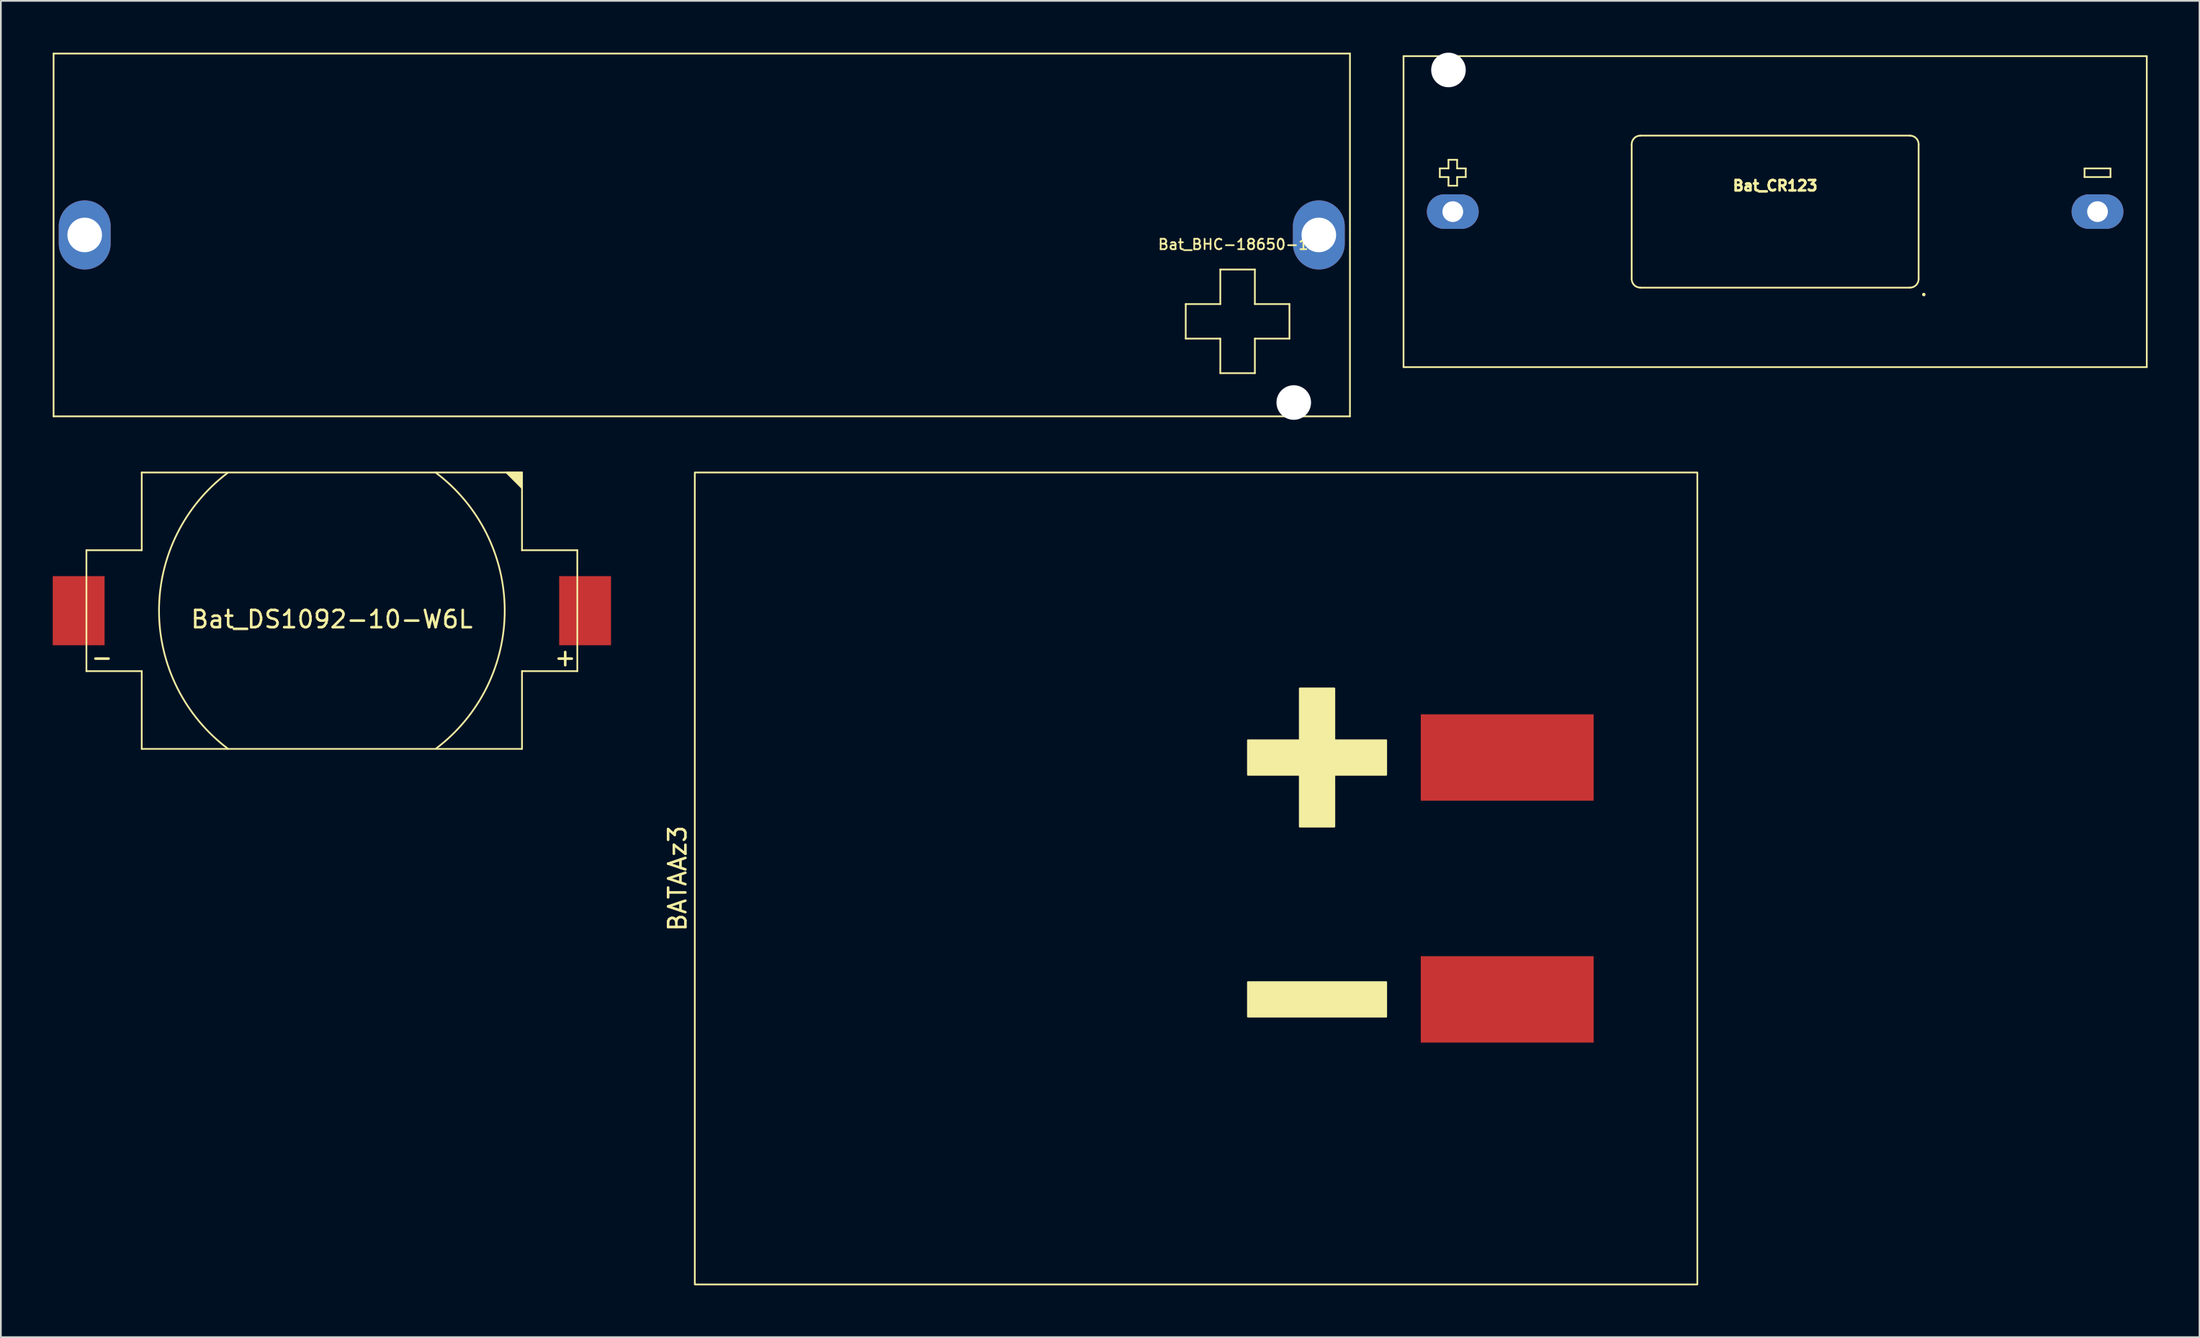
<source format=kicad_pcb>
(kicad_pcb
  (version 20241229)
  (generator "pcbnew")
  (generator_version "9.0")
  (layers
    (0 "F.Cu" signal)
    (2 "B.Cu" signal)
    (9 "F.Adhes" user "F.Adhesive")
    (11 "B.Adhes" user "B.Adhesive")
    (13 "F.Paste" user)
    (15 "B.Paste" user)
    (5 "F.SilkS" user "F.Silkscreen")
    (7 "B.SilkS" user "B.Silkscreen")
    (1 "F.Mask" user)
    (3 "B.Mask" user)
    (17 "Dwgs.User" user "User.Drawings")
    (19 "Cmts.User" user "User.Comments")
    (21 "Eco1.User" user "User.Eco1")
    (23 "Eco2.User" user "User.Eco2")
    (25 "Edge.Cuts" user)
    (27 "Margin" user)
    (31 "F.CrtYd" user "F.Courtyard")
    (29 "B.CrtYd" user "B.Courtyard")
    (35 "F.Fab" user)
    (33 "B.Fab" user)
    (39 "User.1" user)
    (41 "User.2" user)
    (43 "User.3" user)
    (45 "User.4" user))
  (footprint "Bat_DS1092-10-W6L"
    (layer "F.Cu")
    (at 16.15 32.3)
    (property "Reference" "Bat_DS1092-10-W6L" (at 0 0.5 0) (layer "F.SilkS") (effects (font (size 1 1) (thickness 0.15))))
    (attr through_hole)
    (fp_line (start -14.2 -3.5) (end -14.2 3.5) (stroke (width 0.1) (type solid)) (layer "F.SilkS"))
    (fp_line (start -14.2 -3.5) (end -11 -3.5) (stroke (width 0.1) (type solid)) (layer "F.SilkS"))
    (fp_line (start -14.2 3.5) (end -11 3.5) (stroke (width 0.1) (type solid)) (layer "F.SilkS"))
    (fp_line (start -11 -8) (end 11 -8) (stroke (width 0.1) (type solid)) (layer "F.SilkS"))
    (fp_line (start -11 -3.5) (end -11 -8) (stroke (width 0.1) (type solid)) (layer "F.SilkS"))
    (fp_line (start -11 3.5) (end -11 8) (stroke (width 0.1) (type solid)) (layer "F.SilkS"))
    (fp_line (start 10.1 -8) (end 11 -7.1) (stroke (width 0.1) (type solid)) (layer "F.SilkS"))
    (fp_line (start 10.2 -8) (end 11 -7.2) (stroke (width 0.1) (type solid)) (layer "F.SilkS"))
    (fp_line (start 10.3 -8) (end 11 -7.3) (stroke (width 0.1) (type solid)) (layer "F.SilkS"))
    (fp_line (start 10.4 -8) (end 11 -7.4) (stroke (width 0.1) (type solid)) (layer "F.SilkS"))
    (fp_line (start 10.5 -8) (end 11 -7.5) (stroke (width 0.1) (type solid)) (layer "F.SilkS"))
    (fp_line (start 10.6 -8) (end 11 -7.6) (stroke (width 0.1) (type solid)) (layer "F.SilkS"))
    (fp_line (start 10.7 -8) (end 11 -7.7) (stroke (width 0.1) (type solid)) (layer "F.SilkS"))
    (fp_line (start 10.8 -8) (end 11 -7.8) (stroke (width 0.1) (type solid)) (layer "F.SilkS"))
    (fp_line (start 10.9 -8) (end 11 -7.9) (stroke (width 0.1) (type solid)) (layer "F.SilkS"))
    (fp_line (start 11 -8) (end 11 -3.5) (stroke (width 0.1) (type solid)) (layer "F.SilkS"))
    (fp_line (start 11 -3.5) (end 14.2 -3.5) (stroke (width 0.1) (type solid)) (layer "F.SilkS"))
    (fp_line (start 11 3.5) (end 11 8) (stroke (width 0.1) (type solid)) (layer "F.SilkS"))
    (fp_line (start 11 8) (end -11 8) (stroke (width 0.1) (type solid)) (layer "F.SilkS"))
    (fp_line (start 14.2 -3.5) (end 14.2 3.5) (stroke (width 0.1) (type solid)) (layer "F.SilkS"))
    (fp_line (start 14.2 3.5) (end 11 3.5) (stroke (width 0.1) (type solid)) (layer "F.SilkS"))
    (fp_arc (start -6 8) (mid -9.999974 0.022707) (end -6.036269 -7.972669) (stroke (width 0.1) (type solid)) (layer "F.SilkS"))
    (fp_arc (start 6 -8) (mid 9.999974 -0.022707) (end 6.036269 7.972669) (stroke (width 0.1) (type solid)) (layer "F.SilkS"))
    (fp_text user "+" (at 13.5 2.7 0) (layer "F.SilkS") (effects (font (size 1 1) (thickness 0.15))))
    (fp_text user "-" (at -13.3 2.7 0) (layer "F.SilkS") (effects (font (size 1 1) (thickness 0.15))))
    (pad "1" smd rect (at 14.65 0) (size 3 4) (layers "F.Cu" "F.Mask" "F.Paste"))
    (pad "2" smd rect (at -14.65 0) (size 3 4) (layers "F.Cu" "F.Mask" "F.Paste")))
  (footprint "Bat_CR123"
    (layer "F.Cu")
    (at 99.65 9.2)
    (property "Reference" "Bat_CR123" (at 0 -1.5 0) (layer "F.SilkS") (effects (font (size 0.6 0.6) (thickness 0.15))))
    (attr through_hole)
    (fp_line (start -21.5 -9) (end 21.5 -9) (stroke (width 0.1) (type solid)) (layer "F.SilkS"))
    (fp_line (start -21.5 9) (end -21.5 -9) (stroke (width 0.1) (type solid)) (layer "F.SilkS"))
    (fp_line (start -19.4 -2.5) (end -18.9 -2.5) (stroke (width 0.1) (type solid)) (layer "F.SilkS"))
    (fp_line (start -19.4 -2) (end -19.4 -2.5) (stroke (width 0.1) (type solid)) (layer "F.SilkS"))
    (fp_line (start -18.9 -3) (end -18.4 -3) (stroke (width 0.1) (type solid)) (layer "F.SilkS"))
    (fp_line (start -18.9 -2.5) (end -18.9 -3) (stroke (width 0.1) (type solid)) (layer "F.SilkS"))
    (fp_line (start -18.9 -2) (end -19.4 -2) (stroke (width 0.1) (type solid)) (layer "F.SilkS"))
    (fp_line (start -18.9 -1.5) (end -18.9 -2) (stroke (width 0.1) (type solid)) (layer "F.SilkS"))
    (fp_line (start -18.4 -3) (end -18.4 -2.5) (stroke (width 0.1) (type solid)) (layer "F.SilkS"))
    (fp_line (start -18.4 -2.5) (end -17.9 -2.5) (stroke (width 0.1) (type solid)) (layer "F.SilkS"))
    (fp_line (start -18.4 -2) (end -18.4 -1.5) (stroke (width 0.1) (type solid)) (layer "F.SilkS"))
    (fp_line (start -18.4 -1.5) (end -18.9 -1.5) (stroke (width 0.1) (type solid)) (layer "F.SilkS"))
    (fp_line (start -17.9 -2.5) (end -17.9 -2) (stroke (width 0.1) (type solid)) (layer "F.SilkS"))
    (fp_line (start -17.9 -2) (end -18.4 -2) (stroke (width 0.1) (type solid)) (layer "F.SilkS"))
    (fp_line (start -8.3 -3.9) (end -8.3 3.9) (stroke (width 0.1) (type solid)) (layer "F.SilkS"))
    (fp_line (start -7.8 4.4) (end 7.8 4.4) (stroke (width 0.1) (type solid)) (layer "F.SilkS"))
    (fp_line (start 7.8 -4.4) (end -7.8 -4.4) (stroke (width 0.1) (type solid)) (layer "F.SilkS"))
    (fp_line (start 8.3 3.9) (end 8.3 -3.9) (stroke (width 0.1) (type solid)) (layer "F.SilkS"))
    (fp_line (start 17.9 -2.5) (end 19.4 -2.5) (stroke (width 0.1) (type solid)) (layer "F.SilkS"))
    (fp_line (start 17.9 -2) (end 17.9 -2.5) (stroke (width 0.1) (type solid)) (layer "F.SilkS"))
    (fp_line (start 19.4 -2.5) (end 19.4 -2) (stroke (width 0.1) (type solid)) (layer "F.SilkS"))
    (fp_line (start 19.4 -2) (end 17.9 -2) (stroke (width 0.1) (type solid)) (layer "F.SilkS"))
    (fp_line (start 21.5 -9) (end 21.5 9) (stroke (width 0.1) (type solid)) (layer "F.SilkS"))
    (fp_line (start 21.5 9) (end -21.5 9) (stroke (width 0.1) (type solid)) (layer "F.SilkS"))
    (fp_arc (start -8.3 -3.9) (mid -8.153553 -4.253553) (end -7.8 -4.4) (stroke (width 0.1) (type solid)) (layer "F.SilkS"))
    (fp_arc (start -7.8 4.4) (mid -8.153553 4.253553) (end -8.3 3.9) (stroke (width 0.1) (type solid)) (layer "F.SilkS"))
    (fp_arc (start 7.8 -4.4) (mid 8.153553 -4.253553) (end 8.3 -3.9) (stroke (width 0.1) (type solid)) (layer "F.SilkS"))
    (fp_arc (start 8.3 3.9) (mid 8.153553 4.253553) (end 7.8 4.4) (stroke (width 0.1) (type solid)) (layer "F.SilkS"))
    (fp_arc (start 8.6 4.8) (mid 8.6 4.8) (end 8.6 4.8) (stroke (width 0.1) (type solid)) (layer "F.SilkS"))
    (pad "" np_thru_hole circle (at -18.9 -8.2) (size 2 2) (drill 2) (layers "*.Cu" "*.Mask"))
    (pad "1" thru_hole oval (at -18.65 0) (size 3 2) (drill 1.2) (layers "*.Cu" "*.Mask"))
    (pad "2" thru_hole oval (at 18.65 0) (size 3 2) (drill 1.2) (layers "*.Cu" "*.Mask")))
  (footprint "Bat_BHC-18650-1P"
    (layer "F.Cu")
    (at 37.55 10.55)
    (property "Reference" "Bat_BHC-18650-1P" (at 31.05 0.55 0) (layer "F.SilkS") (effects (font (size 0.6 0.6) (thickness 0.1))))
    (attr through_hole)
    (fp_line (start -37.5 -10.5) (end -37.5 10.5) (stroke (width 0.1) (type solid)) (layer "F.SilkS"))
    (fp_line (start -37.5 10.5) (end 37.5 10.5) (stroke (width 0.1) (type solid)) (layer "F.SilkS"))
    (fp_line (start 28 4) (end 30 4) (stroke (width 0.1) (type solid)) (layer "F.SilkS"))
    (fp_line (start 28 6) (end 28 4) (stroke (width 0.1) (type solid)) (layer "F.SilkS"))
    (fp_line (start 30 2) (end 32 2) (stroke (width 0.1) (type solid)) (layer "F.SilkS"))
    (fp_line (start 30 4) (end 30 2) (stroke (width 0.1) (type solid)) (layer "F.SilkS"))
    (fp_line (start 30 6) (end 28 6) (stroke (width 0.1) (type solid)) (layer "F.SilkS"))
    (fp_line (start 30 8) (end 30 6) (stroke (width 0.1) (type solid)) (layer "F.SilkS"))
    (fp_line (start 32 2) (end 32 4) (stroke (width 0.1) (type solid)) (layer "F.SilkS"))
    (fp_line (start 32 4) (end 34 4) (stroke (width 0.1) (type solid)) (layer "F.SilkS"))
    (fp_line (start 32 6) (end 32 8) (stroke (width 0.1) (type solid)) (layer "F.SilkS"))
    (fp_line (start 32 8) (end 30 8) (stroke (width 0.1) (type solid)) (layer "F.SilkS"))
    (fp_line (start 34 4) (end 34 6) (stroke (width 0.1) (type solid)) (layer "F.SilkS"))
    (fp_line (start 34 6) (end 32 6) (stroke (width 0.1) (type solid)) (layer "F.SilkS"))
    (fp_line (start 37.5 -10.5) (end -37.5 -10.5) (stroke (width 0.1) (type solid)) (layer "F.SilkS"))
    (fp_line (start 37.5 10.5) (end 37.5 -10.5) (stroke (width 0.1) (type solid)) (layer "F.SilkS"))
    (pad "" np_thru_hole circle (at 34.25 9.7) (size 2 2) (drill 2) (layers "*.Cu" "*.Mask"))
    (pad "1" thru_hole oval (at 35.7 0) (size 3 4) (drill 2) (layers "*.Cu" "*.Mask"))
    (pad "2" thru_hole oval (at -35.7 0) (size 3 4) (drill 2) (layers "*.Cu" "*.Mask")))
  (footprint "BATAAz3"
    (layer "F.Cu")
    (at 66.148 47.8)
    (property "Reference" "BATAAz3" (at -30 0 90) (unlocked yes) (layer "F.SilkS") (effects (font (size 1 1) (thickness 0.15))))
    (attr through_hole)
    (fp_rect (start -29 -23.5) (end 29 23.5) (stroke (width 0.1) (type solid)) (fill no) (layer "F.SilkS"))
    (fp_poly (pts (xy 11 8) (xy 3 8) (xy 3 6) (xy 11 6)) (stroke (width 0.1) (type solid)) (fill yes) (layer "F.SilkS"))
    (fp_poly (pts (xy 8 -8) (xy 11 -8) (xy 11 -6) (xy 8 -6) (xy 8 -3) (xy 6 -3) (xy 6 -6) (xy 3 -6) (xy 3 -8) (xy 6 -8) (xy 6 -11) (xy 8 -11)) (stroke (width 0.1) (type solid)) (fill yes) (layer "F.SilkS"))
    (pad "1" smd rect (at 18 -7 90) (size 5 10) (layers "F.Cu" "F.Mask" "F.Paste"))
    (pad "2" smd rect (at 18 7 90) (size 5 10) (layers "F.Cu" "F.Mask" "F.Paste")))
  (gr_rect
    (start -3 -3)
    (end 124.2 74.35)
    (stroke (width 0.1) (type default))
    (fill no)
    (layer "Edge.Cuts")))
</source>
